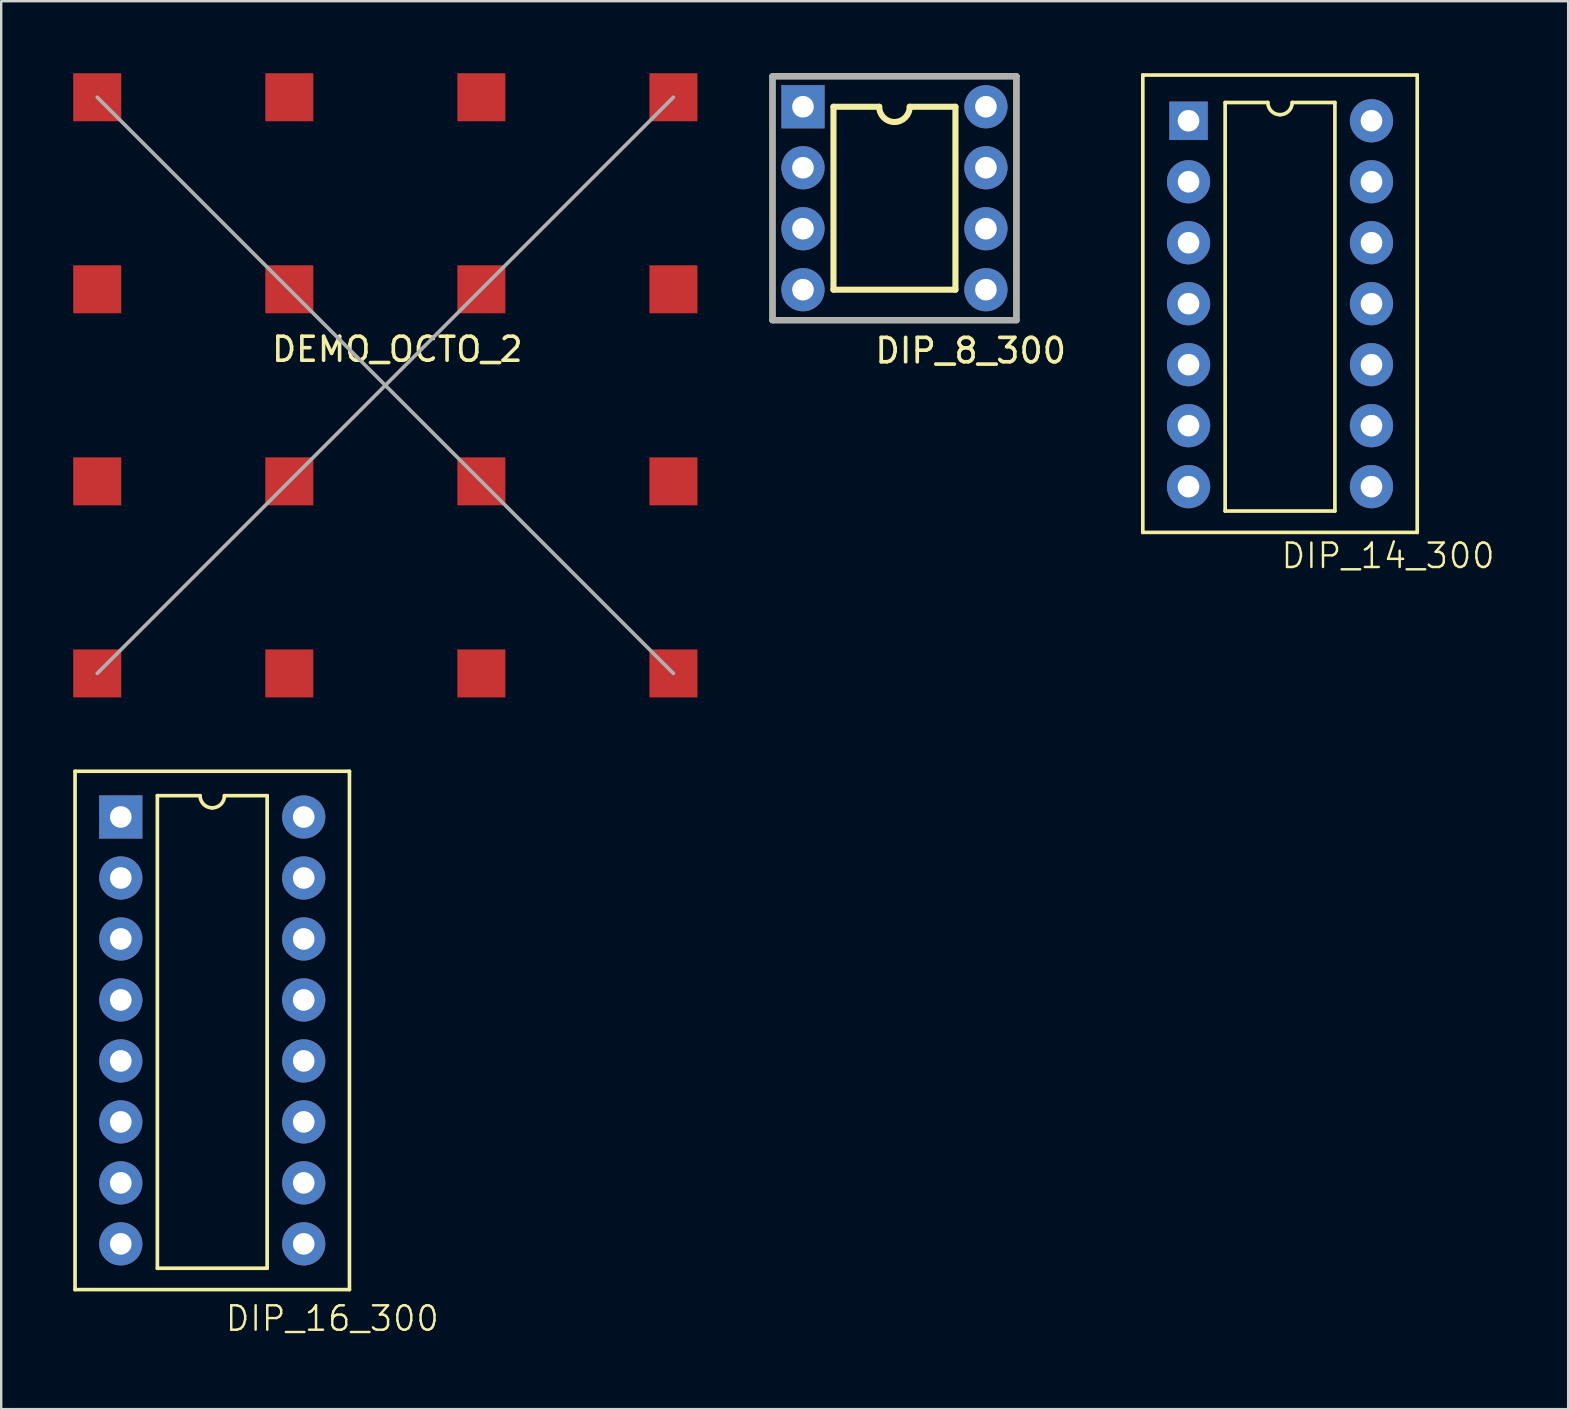
<source format=kicad_pcb>
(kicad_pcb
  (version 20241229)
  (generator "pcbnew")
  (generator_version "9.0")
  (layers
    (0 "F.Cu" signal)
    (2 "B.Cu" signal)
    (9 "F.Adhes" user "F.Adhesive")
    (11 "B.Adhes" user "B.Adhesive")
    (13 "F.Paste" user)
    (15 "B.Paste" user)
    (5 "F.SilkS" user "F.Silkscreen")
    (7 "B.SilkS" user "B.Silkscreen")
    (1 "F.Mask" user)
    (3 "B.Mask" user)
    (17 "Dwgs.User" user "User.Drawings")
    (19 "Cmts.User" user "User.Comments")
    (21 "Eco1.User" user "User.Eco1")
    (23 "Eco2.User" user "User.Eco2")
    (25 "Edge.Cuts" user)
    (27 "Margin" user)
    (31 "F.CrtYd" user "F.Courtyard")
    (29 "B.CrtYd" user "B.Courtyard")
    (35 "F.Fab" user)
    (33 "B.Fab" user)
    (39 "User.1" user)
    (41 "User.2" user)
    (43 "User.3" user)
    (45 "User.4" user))
  (footprint "DEMO_OCTO_2"
    (layer "F.Cu")
    (at 1 1)
    (property "Reference" "DEMO_OCTO_2" (at 12.5 10.5 0) (layer "F.SilkS") (effects (font (size 1 1) (thickness 0.15))))
    (attr through_hole)
    (fp_line (start 0 0) (end 24 24) (stroke (width 0.152) (type solid)) (layer "F.Fab"))
    (fp_line (start 24 0) (end 0 24) (stroke (width 0.152) (type solid)) (layer "F.Fab"))
    (pad "1" smd rect (at 0 0) (size 2 2) (layers "F.Cu" "F.Mask" "F.Paste"))
    (pad "2" smd rect (at 8 0) (size 2 2) (layers "F.Cu" "F.Mask" "F.Paste"))
    (pad "3" smd rect (at 16 0) (size 2 2) (layers "F.Cu" "F.Mask" "F.Paste"))
    (pad "4" smd rect (at 24 0) (size 2 2) (layers "F.Cu" "F.Mask" "F.Paste"))
    (pad "5" smd rect (at 0 8) (size 2 2) (layers "F.Cu" "F.Mask" "F.Paste"))
    (pad "6" smd rect (at 8 8) (size 2 2) (layers "F.Cu" "F.Mask" "F.Paste"))
    (pad "7" smd rect (at 16 8) (size 2 2) (layers "F.Cu" "F.Mask" "F.Paste"))
    (pad "8" smd rect (at 24 8) (size 2 2) (layers "F.Cu" "F.Mask" "F.Paste"))
    (pad "9" smd rect (at 0 16) (size 2 2) (layers "F.Cu" "F.Mask" "F.Paste"))
    (pad "10" smd rect (at 8 16) (size 2 2) (layers "F.Cu" "F.Mask" "F.Paste"))
    (pad "11" smd rect (at 16 16) (size 2 2) (layers "F.Cu" "F.Mask" "F.Paste"))
    (pad "12" smd rect (at 24 16) (size 2 2) (layers "F.Cu" "F.Mask" "F.Paste"))
    (pad "13" smd rect (at 0 24) (size 2 2) (layers "F.Cu" "F.Mask" "F.Paste"))
    (pad "14" smd rect (at 8 24) (size 2 2) (layers "F.Cu" "F.Mask" "F.Paste"))
    (pad "15" smd rect (at 16 24) (size 2 2) (layers "F.Cu" "F.Mask" "F.Paste"))
    (pad "16" smd rect (at 24 24) (size 2 2) (layers "F.Cu" "F.Mask" "F.Paste")))
  (footprint "DIP_16_300"
    (layer "F.Cu")
    (at 5.791 39.871)
    (property "Reference" "DIP_16_300" (at 5 12 0) (layer "F.SilkS") (effects (font (size 1.016 1.016) (thickness 0.102))))
    (attr through_hole)
    (fp_line (start -5.715 -10.795) (end -5.715 10.795) (stroke (width 0.152) (type solid)) (layer "F.SilkS"))
    (fp_line (start -5.715 10.795) (end 5.715 10.795) (stroke (width 0.152) (type solid)) (layer "F.SilkS"))
    (fp_line (start -2.286 -9.779) (end -2.286 9.906) (stroke (width 0.152) (type solid)) (layer "F.SilkS"))
    (fp_line (start -2.286 9.906) (end 2.286 9.906) (stroke (width 0.152) (type solid)) (layer "F.SilkS"))
    (fp_line (start -0.508 -9.779) (end -2.286 -9.779) (stroke (width 0.152) (type solid)) (layer "F.SilkS"))
    (fp_line (start 2.286 -9.779) (end 0.508 -9.779) (stroke (width 0.152) (type solid)) (layer "F.SilkS"))
    (fp_line (start 2.286 9.906) (end 2.286 -9.779) (stroke (width 0.152) (type solid)) (layer "F.SilkS"))
    (fp_line (start 5.715 -10.795) (end -5.715 -10.795) (stroke (width 0.152) (type solid)) (layer "F.SilkS"))
    (fp_line (start 5.715 10.795) (end 5.715 -10.795) (stroke (width 0.152) (type solid)) (layer "F.SilkS"))
    (fp_arc (start 0 -9.271) (mid -0.35921 -9.41979) (end -0.508 -9.779) (stroke (width 0.1524) (type solid)) (layer "F.SilkS"))
    (fp_arc (start 0.508 -9.779) (mid 0.35921 -9.41979) (end 0 -9.271) (stroke (width 0.1524) (type solid)) (layer "F.SilkS"))
    (pad "1" thru_hole rect (at -3.81 -8.89) (size 1.8 1.8) (drill 0.9) (layers "*.Cu" "*.Mask"))
    (pad "2" thru_hole circle (at -3.81 -6.35) (size 1.8 1.8) (drill 0.9) (layers "*.Cu" "*.Mask"))
    (pad "3" thru_hole circle (at -3.81 -3.81) (size 1.8 1.8) (drill 0.9) (layers "*.Cu" "*.Mask"))
    (pad "4" thru_hole circle (at -3.81 -1.27) (size 1.8 1.8) (drill 0.9) (layers "*.Cu" "*.Mask"))
    (pad "5" thru_hole circle (at -3.81 1.27) (size 1.8 1.8) (drill 0.9) (layers "*.Cu" "*.Mask"))
    (pad "6" thru_hole circle (at -3.81 3.81) (size 1.8 1.8) (drill 0.9) (layers "*.Cu" "*.Mask"))
    (pad "7" thru_hole circle (at -3.81 6.35) (size 1.8 1.8) (drill 0.9) (layers "*.Cu" "*.Mask"))
    (pad "8" thru_hole circle (at -3.81 8.89) (size 1.8 1.8) (drill 0.9) (layers "*.Cu" "*.Mask"))
    (pad "9" thru_hole circle (at 3.81 8.89) (size 1.8 1.8) (drill 0.9) (layers "*.Cu" "*.Mask"))
    (pad "10" thru_hole circle (at 3.81 6.35) (size 1.8 1.8) (drill 0.9) (layers "*.Cu" "*.Mask"))
    (pad "11" thru_hole circle (at 3.81 3.81) (size 1.8 1.8) (drill 0.9) (layers "*.Cu" "*.Mask"))
    (pad "12" thru_hole circle (at 3.81 1.27) (size 1.8 1.8) (drill 0.9) (layers "*.Cu" "*.Mask"))
    (pad "13" thru_hole circle (at 3.81 -1.27) (size 1.8 1.8) (drill 0.9) (layers "*.Cu" "*.Mask"))
    (pad "14" thru_hole circle (at 3.81 -3.81) (size 1.8 1.8) (drill 0.9) (layers "*.Cu" "*.Mask"))
    (pad "15" thru_hole circle (at 3.81 -6.35) (size 1.8 1.8) (drill 0.9) (layers "*.Cu" "*.Mask"))
    (pad "16" thru_hole circle (at 3.81 -8.89) (size 1.8 1.8) (drill 0.9) (layers "*.Cu" "*.Mask")))
  (footprint "DIP_8_300"
    (layer "F.Cu")
    (at 30.397 1.397)
    (property "Reference" "DIP_8_300" (at 6.985 10.16 0) (layer "F.SilkS") (effects (font (size 1.016 1.016) (thickness 0.152))))
    (attr through_hole)
    (fp_line (start -1.27 -1.27) (end -1.27 8.89) (stroke (width 0.254) (type solid)) (layer "F.SilkS"))
    (fp_line (start -1.27 8.89) (end 8.89 8.89) (stroke (width 0.254) (type solid)) (layer "F.SilkS"))
    (fp_line (start 1.27 0) (end 1.27 7.62) (stroke (width 0.254) (type solid)) (layer "F.SilkS"))
    (fp_line (start 1.27 0) (end 3.175 0) (stroke (width 0.254) (type solid)) (layer "F.SilkS"))
    (fp_line (start 1.27 7.62) (end 6.35 7.62) (stroke (width 0.254) (type solid)) (layer "F.SilkS"))
    (fp_line (start 4.445 0) (end 6.35 0) (stroke (width 0.254) (type solid)) (layer "F.SilkS"))
    (fp_line (start 6.35 7.62) (end 6.35 0) (stroke (width 0.254) (type solid)) (layer "F.SilkS"))
    (fp_line (start 8.89 -1.27) (end -1.27 -1.27) (stroke (width 0.254) (type solid)) (layer "F.SilkS"))
    (fp_line (start 8.89 -1.27) (end 8.89 8.89) (stroke (width 0.254) (type solid)) (layer "F.SilkS"))
    (fp_arc (start 3.81 0.635) (mid 3.360987 0.449013) (end 3.175 0) (stroke (width 0.254) (type solid)) (layer "F.SilkS"))
    (fp_arc (start 4.445 0) (mid 4.259013 0.449013) (end 3.81 0.635) (stroke (width 0.254) (type solid)) (layer "F.SilkS"))
    (fp_line (start -1.27 -1.27) (end 8.89 -1.27) (stroke (width 0.254) (type solid)) (layer "F.Fab"))
    (fp_line (start -1.27 8.89) (end -1.27 -1.27) (stroke (width 0.254) (type solid)) (layer "F.Fab"))
    (fp_line (start 8.89 -1.27) (end 8.89 8.89) (stroke (width 0.254) (type solid)) (layer "F.Fab"))
    (fp_line (start 8.89 8.89) (end -1.27 8.89) (stroke (width 0.254) (type solid)) (layer "F.Fab"))
    (pad "1" thru_hole rect (at 0 0) (size 1.8 1.8) (drill 0.9) (layers "*.Cu" "*.Mask"))
    (pad "2" thru_hole circle (at 0 2.54) (size 1.8 1.8) (drill 0.9) (layers "*.Cu" "*.Mask"))
    (pad "3" thru_hole circle (at 0 5.08) (size 1.8 1.8) (drill 0.9) (layers "*.Cu" "*.Mask"))
    (pad "4" thru_hole circle (at 0 7.62) (size 1.8 1.8) (drill 0.9) (layers "*.Cu" "*.Mask"))
    (pad "5" thru_hole circle (at 7.62 7.62) (size 1.8 1.8) (drill 0.9) (layers "*.Cu" "*.Mask"))
    (pad "6" thru_hole circle (at 7.62 5.08) (size 1.8 1.8) (drill 0.9) (layers "*.Cu" "*.Mask"))
    (pad "7" thru_hole circle (at 7.62 2.54) (size 1.8 1.8) (drill 0.9) (layers "*.Cu" "*.Mask"))
    (pad "8" thru_hole circle (at 7.62 0) (size 1.8 1.8) (drill 0.9) (layers "*.Cu" "*.Mask")))
  (footprint "DIP_14_300"
    (layer "F.Cu")
    (at 50.267 9.601)
    (property "Reference" "DIP_14_300" (at 4.5 10.5 0) (layer "F.SilkS") (effects (font (size 1.016 1.016) (thickness 0.102))))
    (attr through_hole)
    (fp_line (start -5.715 -9.525) (end -5.715 9.525) (stroke (width 0.152) (type solid)) (layer "F.SilkS"))
    (fp_line (start -5.715 9.525) (end 5.715 9.525) (stroke (width 0.152) (type solid)) (layer "F.SilkS"))
    (fp_line (start -2.286 -8.382) (end -2.286 8.636) (stroke (width 0.152) (type solid)) (layer "F.SilkS"))
    (fp_line (start -2.286 8.636) (end 2.286 8.636) (stroke (width 0.152) (type solid)) (layer "F.SilkS"))
    (fp_line (start -0.508 -8.382) (end -2.286 -8.382) (stroke (width 0.152) (type solid)) (layer "F.SilkS"))
    (fp_line (start 2.286 -8.382) (end 0.508 -8.382) (stroke (width 0.152) (type solid)) (layer "F.SilkS"))
    (fp_line (start 2.286 8.636) (end 2.286 -8.382) (stroke (width 0.152) (type solid)) (layer "F.SilkS"))
    (fp_line (start 5.715 -9.525) (end -5.715 -9.525) (stroke (width 0.152) (type solid)) (layer "F.SilkS"))
    (fp_line (start 5.715 9.525) (end 5.715 -9.525) (stroke (width 0.152) (type solid)) (layer "F.SilkS"))
    (fp_arc (start 0 -7.874) (mid -0.35921 -8.02279) (end -0.508 -8.382) (stroke (width 0.1524) (type solid)) (layer "F.SilkS"))
    (fp_arc (start 0.508 -8.382) (mid 0.35921 -8.02279) (end 0 -7.874) (stroke (width 0.1524) (type solid)) (layer "F.SilkS"))
    (pad "1" thru_hole rect (at -3.81 -7.62) (size 1.6 1.6) (drill 0.9) (layers "*.Cu" "*.Mask"))
    (pad "2" thru_hole circle (at -3.81 -5.08) (size 1.8 1.8) (drill 0.9) (layers "*.Cu" "*.Mask"))
    (pad "3" thru_hole circle (at -3.81 -2.54) (size 1.8 1.8) (drill 0.9) (layers "*.Cu" "*.Mask"))
    (pad "4" thru_hole circle (at -3.81 0) (size 1.8 1.8) (drill 0.9) (layers "*.Cu" "*.Mask"))
    (pad "5" thru_hole circle (at -3.81 2.54) (size 1.8 1.8) (drill 0.9) (layers "*.Cu" "*.Mask"))
    (pad "6" thru_hole circle (at -3.81 5.08) (size 1.8 1.8) (drill 0.9) (layers "*.Cu" "*.Mask"))
    (pad "7" thru_hole circle (at -3.81 7.62) (size 1.8 1.8) (drill 0.9) (layers "*.Cu" "*.Mask"))
    (pad "8" thru_hole circle (at 3.81 7.62) (size 1.8 1.8) (drill 0.9) (layers "*.Cu" "*.Mask"))
    (pad "9" thru_hole circle (at 3.81 5.08) (size 1.8 1.8) (drill 0.9) (layers "*.Cu" "*.Mask"))
    (pad "10" thru_hole circle (at 3.81 2.54) (size 1.8 1.8) (drill 0.9) (layers "*.Cu" "*.Mask"))
    (pad "11" thru_hole circle (at 3.81 0) (size 1.8 1.8) (drill 0.9) (layers "*.Cu" "*.Mask"))
    (pad "12" thru_hole circle (at 3.81 -2.54) (size 1.8 1.8) (drill 0.9) (layers "*.Cu" "*.Mask"))
    (pad "13" thru_hole circle (at 3.81 -5.08) (size 1.8 1.8) (drill 0.9) (layers "*.Cu" "*.Mask"))
    (pad "14" thru_hole circle (at 3.81 -7.62) (size 1.8 1.8) (drill 0.9) (layers "*.Cu" "*.Mask")))
  (gr_rect
    (start -3 -3)
    (end 62.269 55.644)
    (stroke (width 0.1) (type default))
    (fill no)
    (layer "Edge.Cuts")))
</source>
